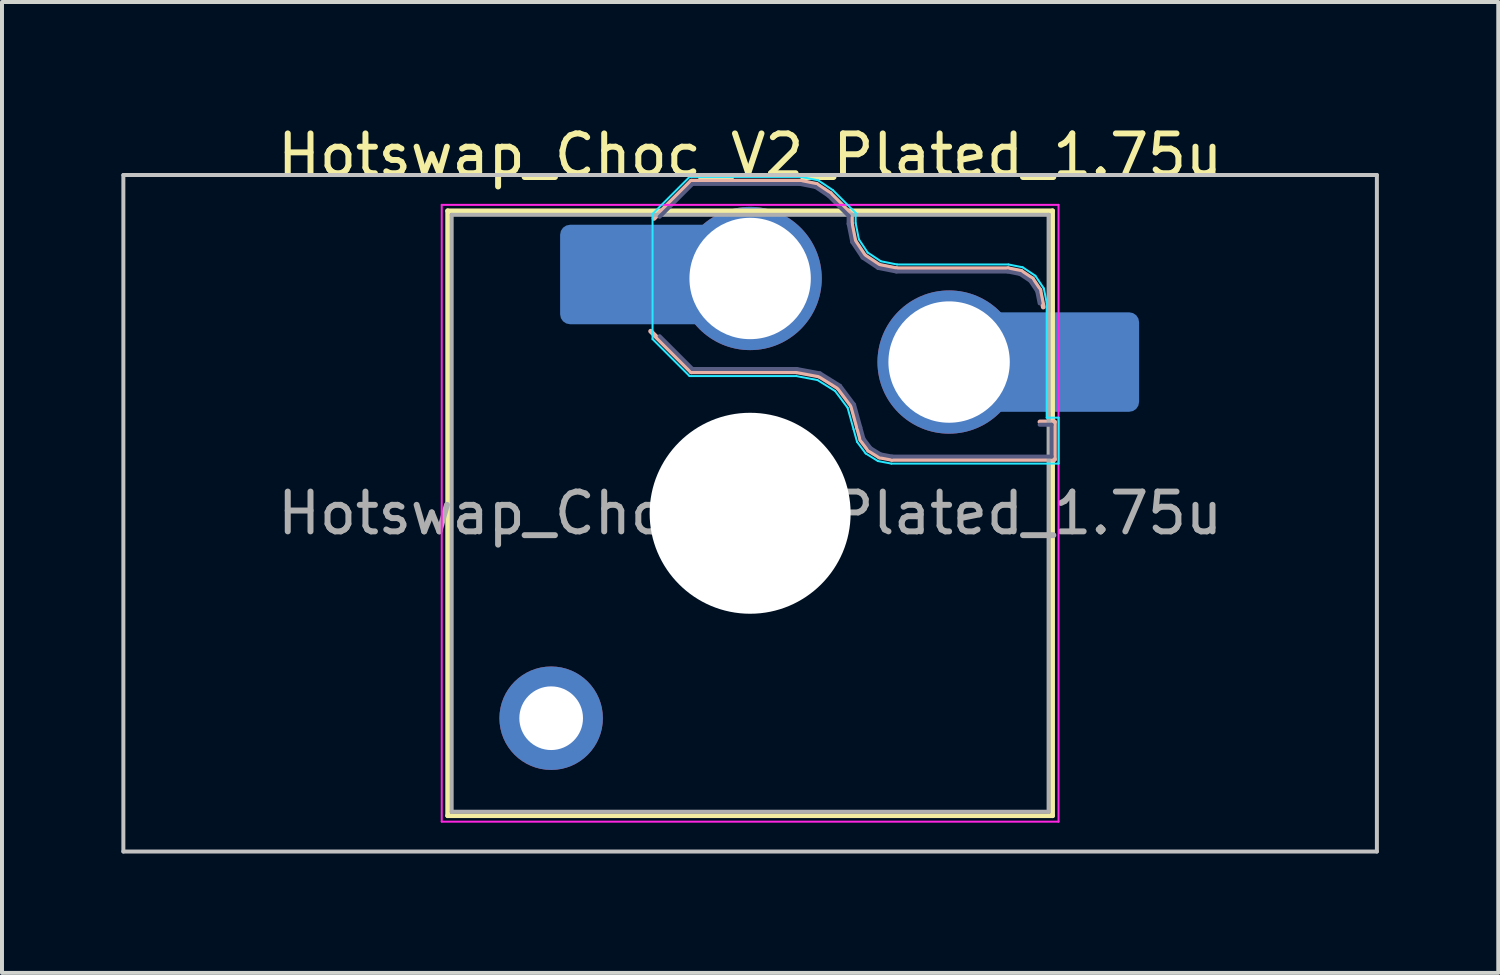
<source format=kicad_pcb>
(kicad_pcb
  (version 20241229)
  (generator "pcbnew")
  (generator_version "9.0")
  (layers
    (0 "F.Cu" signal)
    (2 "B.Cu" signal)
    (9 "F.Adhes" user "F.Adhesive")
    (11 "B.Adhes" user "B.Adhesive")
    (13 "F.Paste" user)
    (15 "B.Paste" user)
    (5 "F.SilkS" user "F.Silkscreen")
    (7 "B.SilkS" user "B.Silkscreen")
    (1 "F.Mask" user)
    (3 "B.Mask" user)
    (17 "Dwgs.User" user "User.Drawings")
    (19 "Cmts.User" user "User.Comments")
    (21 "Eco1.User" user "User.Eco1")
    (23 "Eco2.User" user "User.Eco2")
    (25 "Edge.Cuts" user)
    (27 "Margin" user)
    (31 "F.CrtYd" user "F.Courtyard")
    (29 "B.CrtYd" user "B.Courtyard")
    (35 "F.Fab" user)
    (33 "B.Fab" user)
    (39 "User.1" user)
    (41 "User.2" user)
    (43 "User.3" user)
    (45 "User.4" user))
  (footprint "Hotswap_Choc_V2_Plated_1.75u"
    (layer "F.Cu")
    (at 15.8 9.848)
    (property "Reference" "Hotswap_Choc_V2_Plated_1.75u" (at 0 -9 0) (layer "F.SilkS") (effects (font (size 1 1) (thickness 0.15))))
    (attr smd allow_soldermask_bridges)
    (fp_line (start -7.6 -7.6) (end -7.6 7.6) (stroke (width 0.12) (type solid)) (layer "F.SilkS"))
    (fp_line (start -7.6 7.6) (end 7.6 7.6) (stroke (width 0.12) (type solid)) (layer "F.SilkS"))
    (fp_line (start 7.6 -7.6) (end -7.6 -7.6) (stroke (width 0.12) (type solid)) (layer "F.SilkS"))
    (fp_line (start 7.6 7.6) (end 7.6 -7.6) (stroke (width 0.12) (type solid)) (layer "F.SilkS"))
    (fp_line (start -2.416 -7.409) (end -1.479 -8.346) (stroke (width 0.12) (type solid)) (layer "B.SilkS"))
    (fp_line (start -1.479 -8.346) (end 1.268 -8.346) (stroke (width 0.12) (type solid)) (layer "B.SilkS"))
    (fp_line (start -1.479 -3.554) (end -2.5 -4.575) (stroke (width 0.12) (type solid)) (layer "B.SilkS"))
    (fp_line (start 1.168 -3.554) (end -1.479 -3.554) (stroke (width 0.12) (type solid)) (layer "B.SilkS"))
    (fp_line (start 1.268 -8.346) (end 1.671 -8.266) (stroke (width 0.12) (type solid)) (layer "B.SilkS"))
    (fp_line (start 1.671 -8.266) (end 2.013 -8.037) (stroke (width 0.12) (type solid)) (layer "B.SilkS"))
    (fp_line (start 1.73 -3.449) (end 1.168 -3.554) (stroke (width 0.12) (type solid)) (layer "B.SilkS"))
    (fp_line (start 2.013 -8.037) (end 2.546 -7.504) (stroke (width 0.12) (type solid)) (layer "B.SilkS"))
    (fp_line (start 2.209 -3.15) (end 1.73 -3.449) (stroke (width 0.12) (type solid)) (layer "B.SilkS"))
    (fp_line (start 2.546 -7.504) (end 2.546 -7.282) (stroke (width 0.12) (type solid)) (layer "B.SilkS"))
    (fp_line (start 2.546 -7.282) (end 2.633 -6.844) (stroke (width 0.12) (type solid)) (layer "B.SilkS"))
    (fp_line (start 2.547 -2.697) (end 2.209 -3.15) (stroke (width 0.12) (type solid)) (layer "B.SilkS"))
    (fp_line (start 2.633 -6.844) (end 2.877 -6.477) (stroke (width 0.12) (type solid)) (layer "B.SilkS"))
    (fp_line (start 2.701 -2.139) (end 2.547 -2.697) (stroke (width 0.12) (type solid)) (layer "B.SilkS"))
    (fp_line (start 2.783 -1.841) (end 2.701 -2.139) (stroke (width 0.12) (type solid)) (layer "B.SilkS"))
    (fp_line (start 2.877 -6.477) (end 3.244 -6.233) (stroke (width 0.12) (type solid)) (layer "B.SilkS"))
    (fp_line (start 2.976 -1.583) (end 2.783 -1.841) (stroke (width 0.12) (type solid)) (layer "B.SilkS"))
    (fp_line (start 3.244 -6.233) (end 3.682 -6.146) (stroke (width 0.12) (type solid)) (layer "B.SilkS"))
    (fp_line (start 3.25 -1.413) (end 2.976 -1.583) (stroke (width 0.12) (type solid)) (layer "B.SilkS"))
    (fp_line (start 3.56 -1.354) (end 3.25 -1.413) (stroke (width 0.12) (type solid)) (layer "B.SilkS"))
    (fp_line (start 3.682 -6.146) (end 6.482 -6.146) (stroke (width 0.12) (type solid)) (layer "B.SilkS"))
    (fp_line (start 6.482 -6.146) (end 6.809 -6.081) (stroke (width 0.12) (type solid)) (layer "B.SilkS"))
    (fp_line (start 6.809 -6.081) (end 7.092 -5.892) (stroke (width 0.12) (type solid)) (layer "B.SilkS"))
    (fp_line (start 7.092 -5.892) (end 7.281 -5.609) (stroke (width 0.12) (type solid)) (layer "B.SilkS"))
    (fp_line (start 7.281 -5.609) (end 7.366 -5.182) (stroke (width 0.12) (type solid)) (layer "B.SilkS"))
    (fp_line (start 7.283 -2.296) (end 7.646 -2.296) (stroke (width 0.12) (type solid)) (layer "B.SilkS"))
    (fp_line (start 7.646 -2.296) (end 7.646 -1.354) (stroke (width 0.12) (type solid)) (layer "B.SilkS"))
    (fp_line (start 7.646 -1.354) (end 3.56 -1.354) (stroke (width 0.12) (type solid)) (layer "B.SilkS"))
    (fp_line (start -15.75 -8.5) (end -15.75 8.5) (stroke (width 0.1) (type solid)) (layer "Dwgs.User"))
    (fp_line (start -15.75 8.5) (end 15.75 8.5) (stroke (width 0.1) (type solid)) (layer "Dwgs.User"))
    (fp_line (start 15.75 -8.5) (end -15.75 -8.5) (stroke (width 0.1) (type solid)) (layer "Dwgs.User"))
    (fp_line (start 15.75 8.5) (end 15.75 -8.5) (stroke (width 0.1) (type solid)) (layer "Dwgs.User"))
    (fp_line (start -7.25 -7.25) (end -7.25 7.25) (stroke (width 0.1) (type solid)) (layer "Eco1.User"))
    (fp_line (start -7.25 7.25) (end 7.25 7.25) (stroke (width 0.1) (type solid)) (layer "Eco1.User"))
    (fp_line (start 7.25 -7.25) (end -7.25 -7.25) (stroke (width 0.1) (type solid)) (layer "Eco1.User"))
    (fp_line (start 7.25 7.25) (end 7.25 -7.25) (stroke (width 0.1) (type solid)) (layer "Eco1.User"))
    (fp_line (start -2.452 -7.523) (end -1.523 -8.452) (stroke (width 0.05) (type solid)) (layer "B.CrtYd"))
    (fp_line (start -2.452 -4.377) (end -2.452 -7.523) (stroke (width 0.05) (type solid)) (layer "B.CrtYd"))
    (fp_line (start -1.523 -8.452) (end 1.278 -8.452) (stroke (width 0.05) (type solid)) (layer "B.CrtYd"))
    (fp_line (start -1.523 -3.448) (end -2.452 -4.377) (stroke (width 0.05) (type solid)) (layer "B.CrtYd"))
    (fp_line (start 1.159 -3.448) (end -1.523 -3.448) (stroke (width 0.05) (type solid)) (layer "B.CrtYd"))
    (fp_line (start 1.278 -8.452) (end 1.712 -8.366) (stroke (width 0.05) (type solid)) (layer "B.CrtYd"))
    (fp_line (start 1.691 -3.348) (end 1.159 -3.448) (stroke (width 0.05) (type solid)) (layer "B.CrtYd"))
    (fp_line (start 1.712 -8.366) (end 2.081 -8.119) (stroke (width 0.05) (type solid)) (layer "B.CrtYd"))
    (fp_line (start 2.081 -8.119) (end 2.652 -7.548) (stroke (width 0.05) (type solid)) (layer "B.CrtYd"))
    (fp_line (start 2.136 -3.071) (end 1.691 -3.348) (stroke (width 0.05) (type solid)) (layer "B.CrtYd"))
    (fp_line (start 2.45 -2.65) (end 2.136 -3.071) (stroke (width 0.05) (type solid)) (layer "B.CrtYd"))
    (fp_line (start 2.599 -2.111) (end 2.45 -2.65) (stroke (width 0.05) (type solid)) (layer "B.CrtYd"))
    (fp_line (start 2.652 -7.548) (end 2.652 -7.292) (stroke (width 0.05) (type solid)) (layer "B.CrtYd"))
    (fp_line (start 2.652 -7.292) (end 2.733 -6.885) (stroke (width 0.05) (type solid)) (layer "B.CrtYd"))
    (fp_line (start 2.687 -1.794) (end 2.599 -2.111) (stroke (width 0.05) (type solid)) (layer "B.CrtYd"))
    (fp_line (start 2.733 -6.885) (end 2.953 -6.553) (stroke (width 0.05) (type solid)) (layer "B.CrtYd"))
    (fp_line (start 2.903 -1.503) (end 2.687 -1.794) (stroke (width 0.05) (type solid)) (layer "B.CrtYd"))
    (fp_line (start 2.953 -6.553) (end 3.285 -6.333) (stroke (width 0.05) (type solid)) (layer "B.CrtYd"))
    (fp_line (start 3.211 -1.312) (end 2.903 -1.503) (stroke (width 0.05) (type solid)) (layer "B.CrtYd"))
    (fp_line (start 3.285 -6.333) (end 3.692 -6.252) (stroke (width 0.05) (type solid)) (layer "B.CrtYd"))
    (fp_line (start 3.55 -1.248) (end 3.211 -1.312) (stroke (width 0.05) (type solid)) (layer "B.CrtYd"))
    (fp_line (start 3.692 -6.252) (end 6.492 -6.252) (stroke (width 0.05) (type solid)) (layer "B.CrtYd"))
    (fp_line (start 6.492 -6.252) (end 6.85 -6.181) (stroke (width 0.05) (type solid)) (layer "B.CrtYd"))
    (fp_line (start 6.85 -6.181) (end 7.168 -5.968) (stroke (width 0.05) (type solid)) (layer "B.CrtYd"))
    (fp_line (start 7.168 -5.968) (end 7.381 -5.65) (stroke (width 0.05) (type solid)) (layer "B.CrtYd"))
    (fp_line (start 7.381 -5.65) (end 7.452 -5.292) (stroke (width 0.05) (type solid)) (layer "B.CrtYd"))
    (fp_line (start 7.452 -5.292) (end 7.452 -2.402) (stroke (width 0.05) (type solid)) (layer "B.CrtYd"))
    (fp_line (start 7.452 -2.402) (end 7.752 -2.402) (stroke (width 0.05) (type solid)) (layer "B.CrtYd"))
    (fp_line (start 7.752 -2.402) (end 7.752 -1.248) (stroke (width 0.05) (type solid)) (layer "B.CrtYd"))
    (fp_line (start 7.752 -1.248) (end 3.55 -1.248) (stroke (width 0.05) (type solid)) (layer "B.CrtYd"))
    (fp_line (start -7.75 -7.75) (end -7.75 7.75) (stroke (width 0.05) (type solid)) (layer "F.CrtYd"))
    (fp_line (start -7.75 7.75) (end 7.75 7.75) (stroke (width 0.05) (type solid)) (layer "F.CrtYd"))
    (fp_line (start 7.75 -7.75) (end -7.75 -7.75) (stroke (width 0.05) (type solid)) (layer "F.CrtYd"))
    (fp_line (start 7.75 7.75) (end 7.75 -7.75) (stroke (width 0.05) (type solid)) (layer "F.CrtYd"))
    (fp_line (start -2.275 -7.45) (end -1.45 -8.275) (stroke (width 0.1) (type solid)) (layer "B.Fab"))
    (fp_line (start -1.45 -8.275) (end 1.261 -8.275) (stroke (width 0.1) (type solid)) (layer "B.Fab"))
    (fp_line (start -1.45 -3.625) (end -2.275 -4.45) (stroke (width 0.1) (type solid)) (layer "B.Fab"))
    (fp_line (start 1.175 -3.625) (end -1.45 -3.625) (stroke (width 0.1) (type solid)) (layer "B.Fab"))
    (fp_line (start 1.261 -8.275) (end 1.643 -8.199) (stroke (width 0.1) (type solid)) (layer "B.Fab"))
    (fp_line (start 1.643 -8.199) (end 1.968 -7.982) (stroke (width 0.1) (type solid)) (layer "B.Fab"))
    (fp_line (start 1.756 -3.516) (end 1.175 -3.625) (stroke (width 0.1) (type solid)) (layer "B.Fab"))
    (fp_line (start 1.968 -7.982) (end 2.475 -7.475) (stroke (width 0.1) (type solid)) (layer "B.Fab"))
    (fp_line (start 2.258 -3.203) (end 1.756 -3.516) (stroke (width 0.1) (type solid)) (layer "B.Fab"))
    (fp_line (start 2.475 -7.475) (end 2.475 -7.275) (stroke (width 0.1) (type solid)) (layer "B.Fab"))
    (fp_line (start 2.475 -7.275) (end 2.566 -6.816) (stroke (width 0.1) (type solid)) (layer "B.Fab"))
    (fp_line (start 2.566 -6.816) (end 2.826 -6.426) (stroke (width 0.1) (type solid)) (layer "B.Fab"))
    (fp_line (start 2.612 -2.729) (end 2.258 -3.203) (stroke (width 0.1) (type solid)) (layer "B.Fab"))
    (fp_line (start 2.769 -2.158) (end 2.612 -2.729) (stroke (width 0.1) (type solid)) (layer "B.Fab"))
    (fp_line (start 2.826 -6.426) (end 3.216 -6.166) (stroke (width 0.1) (type solid)) (layer "B.Fab"))
    (fp_line (start 2.848 -1.873) (end 2.769 -2.158) (stroke (width 0.1) (type solid)) (layer "B.Fab"))
    (fp_line (start 3.025 -1.636) (end 2.848 -1.873) (stroke (width 0.1) (type solid)) (layer "B.Fab"))
    (fp_line (start 3.216 -6.166) (end 3.675 -6.075) (stroke (width 0.1) (type solid)) (layer "B.Fab"))
    (fp_line (start 3.276 -1.48) (end 3.025 -1.636) (stroke (width 0.1) (type solid)) (layer "B.Fab"))
    (fp_line (start 3.567 -1.425) (end 3.276 -1.48) (stroke (width 0.1) (type solid)) (layer "B.Fab"))
    (fp_line (start 3.675 -6.075) (end 6.475 -6.075) (stroke (width 0.1) (type solid)) (layer "B.Fab"))
    (fp_line (start 6.475 -6.075) (end 6.781 -6.014) (stroke (width 0.1) (type solid)) (layer "B.Fab"))
    (fp_line (start 6.781 -6.014) (end 7.041 -5.841) (stroke (width 0.1) (type solid)) (layer "B.Fab"))
    (fp_line (start 7.041 -5.841) (end 7.214 -5.581) (stroke (width 0.1) (type solid)) (layer "B.Fab"))
    (fp_line (start 7.214 -5.581) (end 7.275 -5.275) (stroke (width 0.1) (type solid)) (layer "B.Fab"))
    (fp_line (start 7.275 -2.225) (end 7.575 -2.225) (stroke (width 0.1) (type solid)) (layer "B.Fab"))
    (fp_line (start 7.575 -2.225) (end 7.575 -1.425) (stroke (width 0.1) (type solid)) (layer "B.Fab"))
    (fp_line (start 7.575 -1.425) (end 3.567 -1.425) (stroke (width 0.1) (type solid)) (layer "B.Fab"))
    (fp_line (start -7.5 -7.5) (end -7.5 7.5) (stroke (width 0.1) (type solid)) (layer "F.Fab"))
    (fp_line (start -7.5 7.5) (end 7.5 7.5) (stroke (width 0.1) (type solid)) (layer "F.Fab"))
    (fp_line (start 7.5 -7.5) (end -7.5 -7.5) (stroke (width 0.1) (type solid)) (layer "F.Fab"))
    (fp_line (start 7.5 7.5) (end 7.5 -7.5) (stroke (width 0.1) (type solid)) (layer "F.Fab"))
    (fp_text user "${REFERENCE}" (at 0 0 0) (layer "F.Fab") (effects (font (size 1 1) (thickness 0.15))))
    (pad "" thru_hole circle (at -5 5.15) (size 2.6 2.6) (drill 1.6) (layers "*.Cu" "*.Mask"))
    (pad "" smd roundrect (at -3.5 -6) (size 2.55 2.5) (layers "B.Mask" "B.Paste") (roundrect_rratio 0.1))
    (pad "" np_thru_hole circle (at 0 0) (size 5.05 5.05) (drill 5.05) (layers "*.Cu" "*.Mask"))
    (pad "" smd roundrect (at 8.5 -3.8) (size 2.55 2.5) (layers "B.Mask" "B.Paste") (roundrect_rratio 0.1))
    (pad "1" smd roundrect (at -2.85 -6) (size 3.85 2.5) (layers "B.Cu") (roundrect_rratio 0.1))
    (pad "1" thru_hole circle (at 0 -5.9) (size 3.6 3.6) (drill 3.05) (layers "*.Cu" "*.Mask"))
    (pad "2" thru_hole circle (at 5 -3.8) (size 3.6 3.6) (drill 3.05) (layers "*.Cu" "*.Mask"))
    (pad "2" smd roundrect (at 7.85 -3.8) (size 3.85 2.5) (layers "B.Cu") (roundrect_rratio 0.1)))
  (gr_rect
    (start -3 -3)
    (end 34.6 21.398)
    (stroke (width 0.1) (type default))
    (fill no)
    (layer "Edge.Cuts")))
</source>
